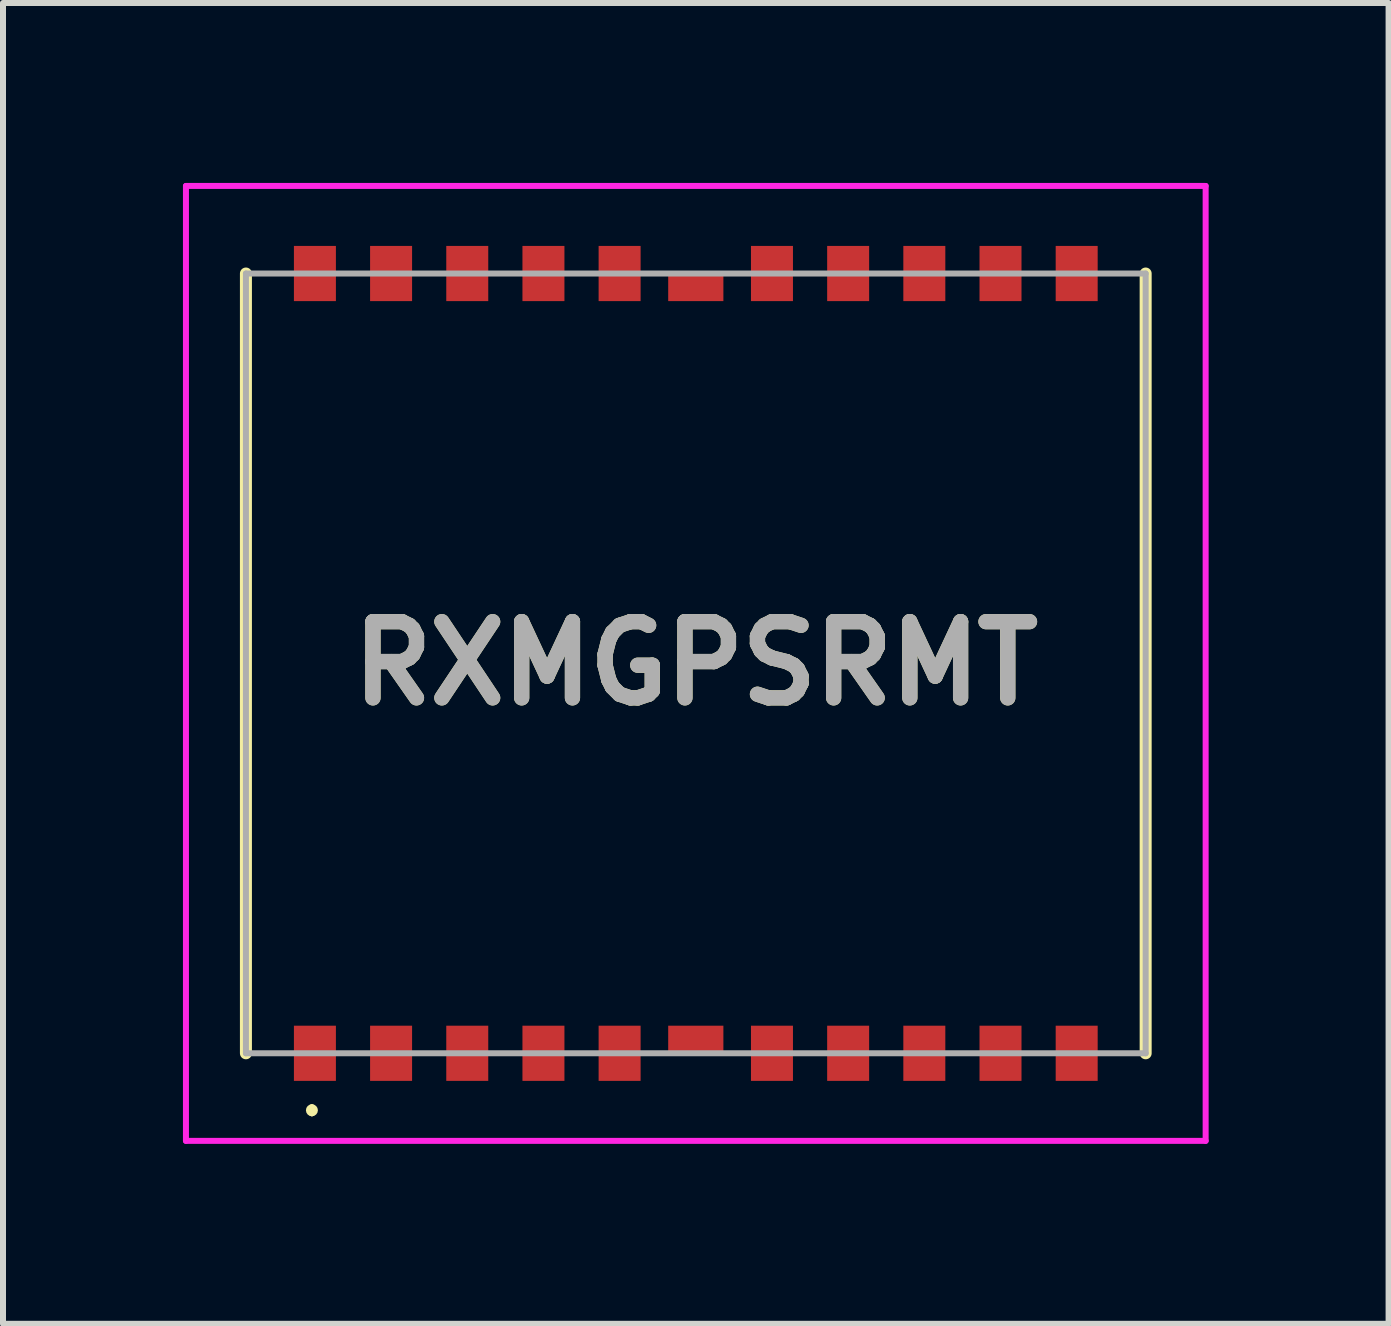
<source format=kicad_pcb>
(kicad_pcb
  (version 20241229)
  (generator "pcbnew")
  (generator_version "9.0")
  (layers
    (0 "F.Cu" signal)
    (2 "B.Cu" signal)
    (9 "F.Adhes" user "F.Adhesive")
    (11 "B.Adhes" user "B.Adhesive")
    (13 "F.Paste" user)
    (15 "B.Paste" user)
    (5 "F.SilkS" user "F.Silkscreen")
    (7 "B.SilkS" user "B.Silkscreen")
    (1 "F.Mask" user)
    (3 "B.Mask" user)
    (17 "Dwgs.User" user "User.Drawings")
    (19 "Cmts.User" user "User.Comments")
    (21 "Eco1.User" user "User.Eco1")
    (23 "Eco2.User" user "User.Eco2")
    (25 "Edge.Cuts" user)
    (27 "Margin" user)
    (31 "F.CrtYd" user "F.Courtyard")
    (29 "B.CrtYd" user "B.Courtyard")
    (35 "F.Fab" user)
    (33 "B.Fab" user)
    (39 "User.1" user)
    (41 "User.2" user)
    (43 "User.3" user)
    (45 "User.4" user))
  (footprint "RXMGPSRMT"
    (layer "F.Cu")
    (at 8.55 8.01)
    (property "Reference" "RXMGPSRMT" (at 0 0 0) (layer "F.SilkS") (effects (font (size 1.27 1.27) (thickness 0.254))))
    (attr smd)
    (fp_line (start -7.5 -6.5) (end -7.5 6.5) (stroke (width 0.2) (type solid)) (layer "F.SilkS"))
    (fp_line (start -6.4 7.4) (end -6.4 7.4) (stroke (width 0.1) (type solid)) (layer "F.SilkS"))
    (fp_line (start -6.4 7.5) (end -6.4 7.5) (stroke (width 0.1) (type solid)) (layer "F.SilkS"))
    (fp_line (start 7.5 -6.5) (end 7.5 6.5) (stroke (width 0.2) (type solid)) (layer "F.SilkS"))
    (fp_arc (start -6.4 7.4) (mid -6.35 7.45) (end -6.4 7.5) (stroke (width 0.1) (type solid)) (layer "F.SilkS"))
    (fp_arc (start -6.4 7.5) (mid -6.45 7.45) (end -6.4 7.4) (stroke (width 0.1) (type solid)) (layer "F.SilkS"))
    (fp_line (start -8.5 -7.96) (end 8.5 -7.96) (stroke (width 0.1) (type solid)) (layer "F.CrtYd"))
    (fp_line (start -8.5 7.96) (end -8.5 -7.96) (stroke (width 0.1) (type solid)) (layer "F.CrtYd"))
    (fp_line (start 8.5 -7.96) (end 8.5 7.96) (stroke (width 0.1) (type solid)) (layer "F.CrtYd"))
    (fp_line (start 8.5 7.96) (end -8.5 7.96) (stroke (width 0.1) (type solid)) (layer "F.CrtYd"))
    (fp_line (start -7.5 -6.5) (end 7.5 -6.5) (stroke (width 0.1) (type solid)) (layer "F.Fab"))
    (fp_line (start -7.5 6.5) (end -7.5 -6.5) (stroke (width 0.1) (type solid)) (layer "F.Fab"))
    (fp_line (start 7.5 -6.5) (end 7.5 6.5) (stroke (width 0.1) (type solid)) (layer "F.Fab"))
    (fp_line (start 7.5 6.5) (end -7.5 6.5) (stroke (width 0.1) (type solid)) (layer "F.Fab"))
    (fp_text user "${REFERENCE}" (at 0 0 0) (layer "F.Fab") (effects (font (size 1.27 1.27) (thickness 0.254))))
    (pad "1" smd rect (at -6.35 6.5) (size 0.7 0.92) (layers "F.Cu" "F.Mask" "F.Paste"))
    (pad "2" smd rect (at -5.08 6.5) (size 0.7 0.92) (layers "F.Cu" "F.Mask" "F.Paste"))
    (pad "3" smd rect (at -3.81 6.5) (size 0.7 0.92) (layers "F.Cu" "F.Mask" "F.Paste"))
    (pad "4" smd rect (at -2.54 6.5) (size 0.7 0.92) (layers "F.Cu" "F.Mask" "F.Paste"))
    (pad "5" smd rect (at -1.27 6.5) (size 0.7 0.92) (layers "F.Cu" "F.Mask" "F.Paste"))
    (pad "6" smd rect (at 1.27 6.5) (size 0.7 0.92) (layers "F.Cu" "F.Mask" "F.Paste"))
    (pad "7" smd rect (at 2.54 6.5) (size 0.7 0.92) (layers "F.Cu" "F.Mask" "F.Paste"))
    (pad "8" smd rect (at 3.81 6.5) (size 0.7 0.92) (layers "F.Cu" "F.Mask" "F.Paste"))
    (pad "9" smd rect (at 5.08 6.5) (size 0.7 0.92) (layers "F.Cu" "F.Mask" "F.Paste"))
    (pad "10" smd rect (at 6.35 6.5) (size 0.7 0.92) (layers "F.Cu" "F.Mask" "F.Paste"))
    (pad "11" smd rect (at 6.35 -6.5) (size 0.7 0.92) (layers "F.Cu" "F.Mask" "F.Paste"))
    (pad "12" smd rect (at 5.08 -6.5) (size 0.7 0.92) (layers "F.Cu" "F.Mask" "F.Paste"))
    (pad "13" smd rect (at 3.81 -6.5) (size 0.7 0.92) (layers "F.Cu" "F.Mask" "F.Paste"))
    (pad "14" smd rect (at 2.54 -6.5) (size 0.7 0.92) (layers "F.Cu" "F.Mask" "F.Paste"))
    (pad "15" smd rect (at 1.27 -6.5) (size 0.7 0.92) (layers "F.Cu" "F.Mask" "F.Paste"))
    (pad "16" smd rect (at -1.27 -6.5) (size 0.7 0.92) (layers "F.Cu" "F.Mask" "F.Paste"))
    (pad "17" smd rect (at -2.54 -6.5) (size 0.7 0.92) (layers "F.Cu" "F.Mask" "F.Paste"))
    (pad "18" smd rect (at -3.81 -6.5) (size 0.7 0.92) (layers "F.Cu" "F.Mask" "F.Paste"))
    (pad "19" smd rect (at -5.08 -6.5) (size 0.7 0.92) (layers "F.Cu" "F.Mask" "F.Paste"))
    (pad "20" smd rect (at -6.35 -6.5) (size 0.7 0.92) (layers "F.Cu" "F.Mask" "F.Paste"))
    (pad "21" smd rect (at 0 6.29 90) (size 0.5 0.92) (layers "F.Cu" "F.Mask" "F.Paste"))
    (pad "22" smd rect (at 0 -6.29 90) (size 0.5 0.92) (layers "F.Cu" "F.Mask" "F.Paste")))
  (gr_rect
    (start -3 -3)
    (end 20.1 19.02)
    (stroke (width 0.1) (type default))
    (fill no)
    (layer "Edge.Cuts")))
</source>
